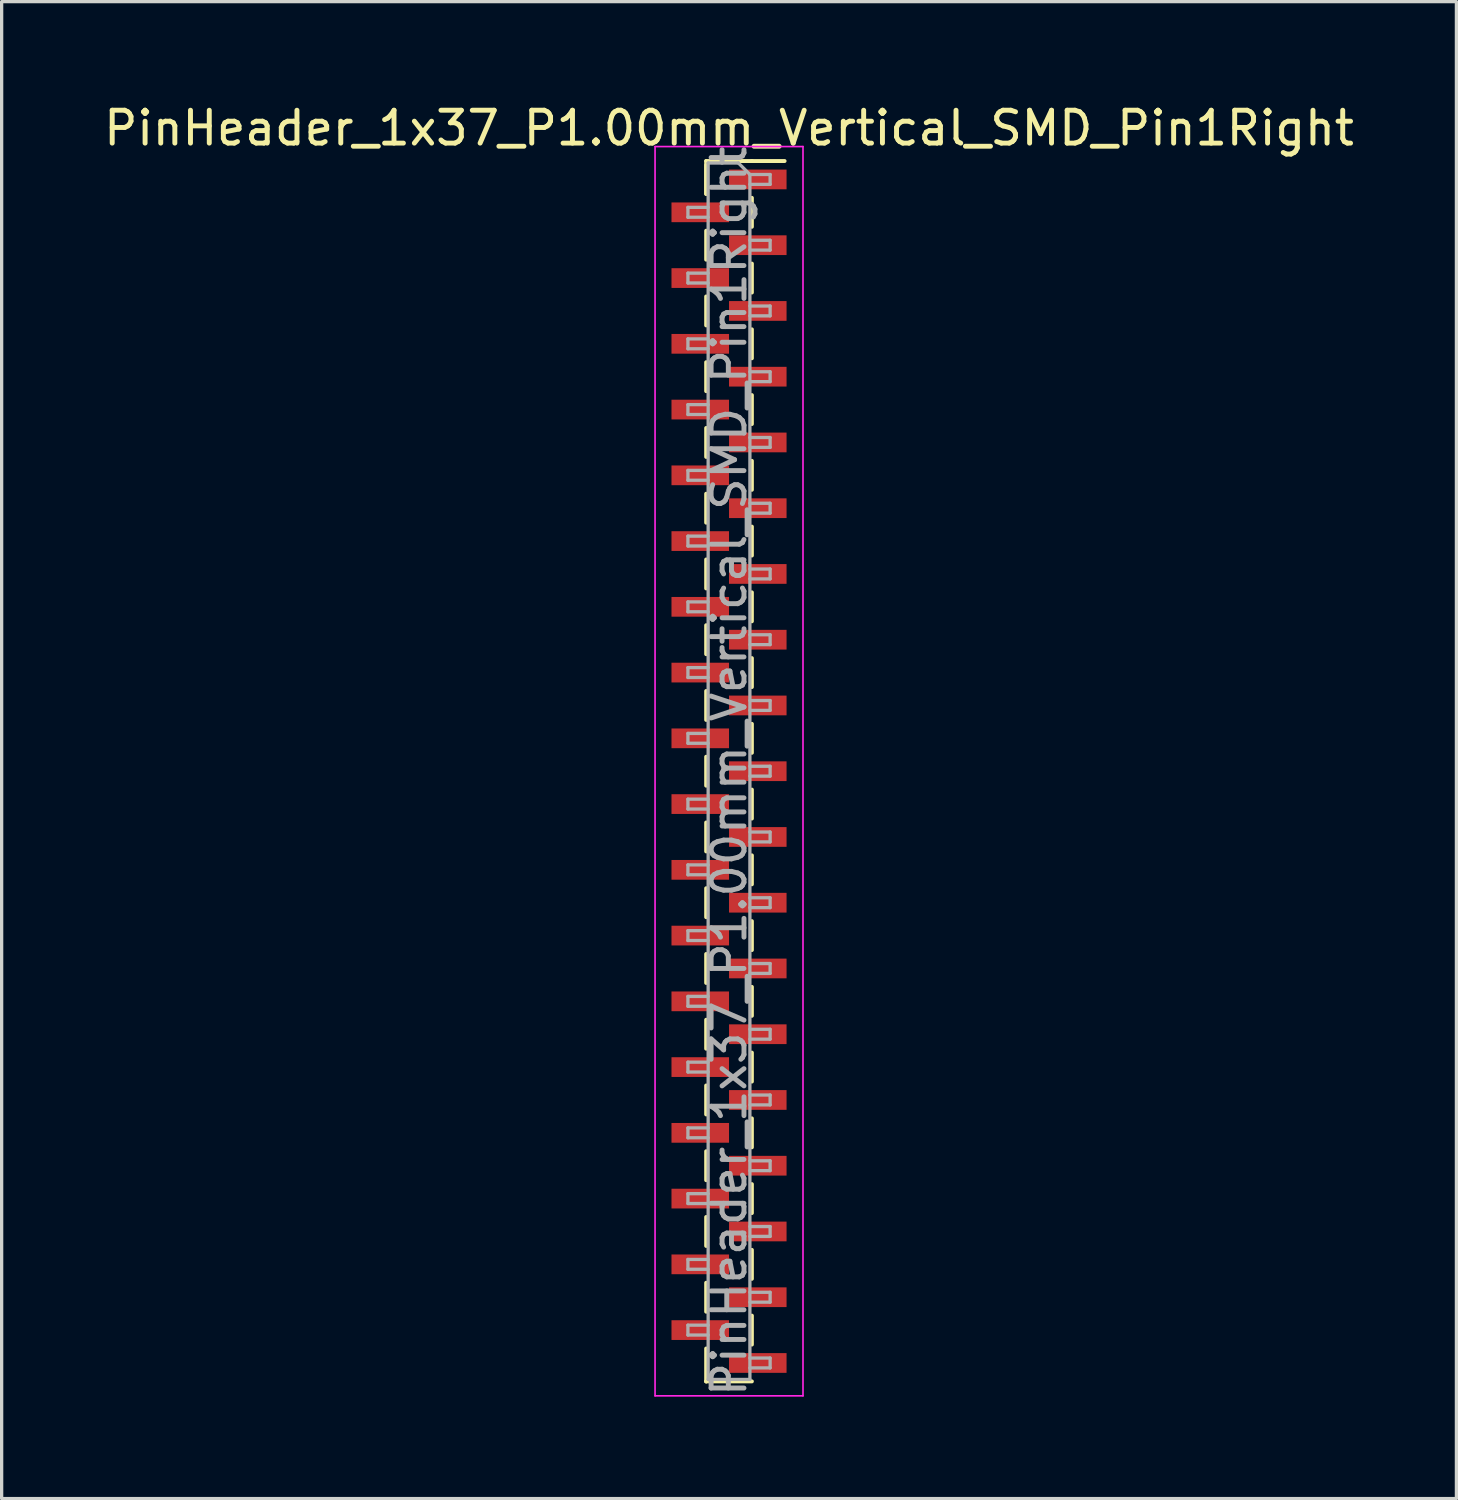
<source format=kicad_pcb>
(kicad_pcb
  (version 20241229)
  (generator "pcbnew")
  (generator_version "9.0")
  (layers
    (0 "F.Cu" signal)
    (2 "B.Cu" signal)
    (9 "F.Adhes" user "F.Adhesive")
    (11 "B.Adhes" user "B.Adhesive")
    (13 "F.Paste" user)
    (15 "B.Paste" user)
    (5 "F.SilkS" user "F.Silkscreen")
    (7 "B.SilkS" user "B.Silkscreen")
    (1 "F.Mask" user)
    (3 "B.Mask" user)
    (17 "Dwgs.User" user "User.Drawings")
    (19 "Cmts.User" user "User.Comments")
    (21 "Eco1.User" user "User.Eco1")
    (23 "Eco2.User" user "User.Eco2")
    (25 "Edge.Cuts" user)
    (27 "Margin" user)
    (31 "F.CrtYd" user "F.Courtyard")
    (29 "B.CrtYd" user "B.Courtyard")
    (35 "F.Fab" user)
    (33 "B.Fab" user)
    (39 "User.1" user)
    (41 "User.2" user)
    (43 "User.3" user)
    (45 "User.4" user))
  (footprint "PinHeader_1x37_P1.00mm_Vertical_SMD_Pin1Right"
    (layer "F.Cu")
    (at 19.125 20.408)
    (property "Reference" "PinHeader_1x37_P1.00mm_Vertical_SMD_Pin1Right" (at 0 -19.56 0) (layer "F.SilkS") (effects (font (size 1 1) (thickness 0.15))))
    (attr smd)
    (fp_line (start -0.695 -18.56) (end -0.695 -17.56) (stroke (width 0.12) (type solid)) (layer "F.SilkS"))
    (fp_line (start -0.695 -18.56) (end 0.695 -18.56) (stroke (width 0.12) (type solid)) (layer "F.SilkS"))
    (fp_line (start -0.695 -18.44) (end -0.695 -17.56) (stroke (width 0.12) (type solid)) (layer "F.SilkS"))
    (fp_line (start -0.695 -16.44) (end -0.695 -15.56) (stroke (width 0.12) (type solid)) (layer "F.SilkS"))
    (fp_line (start -0.695 -14.44) (end -0.695 -13.56) (stroke (width 0.12) (type solid)) (layer "F.SilkS"))
    (fp_line (start -0.695 -12.44) (end -0.695 -11.56) (stroke (width 0.12) (type solid)) (layer "F.SilkS"))
    (fp_line (start -0.695 -10.44) (end -0.695 -9.56) (stroke (width 0.12) (type solid)) (layer "F.SilkS"))
    (fp_line (start -0.695 -8.44) (end -0.695 -7.56) (stroke (width 0.12) (type solid)) (layer "F.SilkS"))
    (fp_line (start -0.695 -6.44) (end -0.695 -5.56) (stroke (width 0.12) (type solid)) (layer "F.SilkS"))
    (fp_line (start -0.695 -4.44) (end -0.695 -3.56) (stroke (width 0.12) (type solid)) (layer "F.SilkS"))
    (fp_line (start -0.695 -2.44) (end -0.695 -1.56) (stroke (width 0.12) (type solid)) (layer "F.SilkS"))
    (fp_line (start -0.695 -0.44) (end -0.695 0.44) (stroke (width 0.12) (type solid)) (layer "F.SilkS"))
    (fp_line (start -0.695 1.56) (end -0.695 2.44) (stroke (width 0.12) (type solid)) (layer "F.SilkS"))
    (fp_line (start -0.695 3.56) (end -0.695 4.44) (stroke (width 0.12) (type solid)) (layer "F.SilkS"))
    (fp_line (start -0.695 5.56) (end -0.695 6.44) (stroke (width 0.12) (type solid)) (layer "F.SilkS"))
    (fp_line (start -0.695 7.56) (end -0.695 8.44) (stroke (width 0.12) (type solid)) (layer "F.SilkS"))
    (fp_line (start -0.695 9.56) (end -0.695 10.44) (stroke (width 0.12) (type solid)) (layer "F.SilkS"))
    (fp_line (start -0.695 11.56) (end -0.695 12.44) (stroke (width 0.12) (type solid)) (layer "F.SilkS"))
    (fp_line (start -0.695 13.56) (end -0.695 14.44) (stroke (width 0.12) (type solid)) (layer "F.SilkS"))
    (fp_line (start -0.695 15.56) (end -0.695 16.44) (stroke (width 0.12) (type solid)) (layer "F.SilkS"))
    (fp_line (start -0.695 17.56) (end -0.695 18.56) (stroke (width 0.12) (type solid)) (layer "F.SilkS"))
    (fp_line (start -0.695 18.56) (end -0.695 18.56) (stroke (width 0.12) (type solid)) (layer "F.SilkS"))
    (fp_line (start -0.695 18.56) (end 0.695 18.56) (stroke (width 0.12) (type solid)) (layer "F.SilkS"))
    (fp_line (start 0.695 -18.56) (end 0.695 -18.56) (stroke (width 0.12) (type solid)) (layer "F.SilkS"))
    (fp_line (start 0.695 -18.56) (end 1.69 -18.56) (stroke (width 0.12) (type solid)) (layer "F.SilkS"))
    (fp_line (start 0.695 -17.44) (end 0.695 -16.56) (stroke (width 0.12) (type solid)) (layer "F.SilkS"))
    (fp_line (start 0.695 -15.44) (end 0.695 -14.56) (stroke (width 0.12) (type solid)) (layer "F.SilkS"))
    (fp_line (start 0.695 -13.44) (end 0.695 -12.56) (stroke (width 0.12) (type solid)) (layer "F.SilkS"))
    (fp_line (start 0.695 -11.44) (end 0.695 -10.56) (stroke (width 0.12) (type solid)) (layer "F.SilkS"))
    (fp_line (start 0.695 -9.44) (end 0.695 -8.56) (stroke (width 0.12) (type solid)) (layer "F.SilkS"))
    (fp_line (start 0.695 -7.44) (end 0.695 -6.56) (stroke (width 0.12) (type solid)) (layer "F.SilkS"))
    (fp_line (start 0.695 -5.44) (end 0.695 -4.56) (stroke (width 0.12) (type solid)) (layer "F.SilkS"))
    (fp_line (start 0.695 -3.44) (end 0.695 -2.56) (stroke (width 0.12) (type solid)) (layer "F.SilkS"))
    (fp_line (start 0.695 -1.44) (end 0.695 -0.56) (stroke (width 0.12) (type solid)) (layer "F.SilkS"))
    (fp_line (start 0.695 0.56) (end 0.695 1.44) (stroke (width 0.12) (type solid)) (layer "F.SilkS"))
    (fp_line (start 0.695 2.56) (end 0.695 3.44) (stroke (width 0.12) (type solid)) (layer "F.SilkS"))
    (fp_line (start 0.695 4.56) (end 0.695 5.44) (stroke (width 0.12) (type solid)) (layer "F.SilkS"))
    (fp_line (start 0.695 6.56) (end 0.695 7.44) (stroke (width 0.12) (type solid)) (layer "F.SilkS"))
    (fp_line (start 0.695 8.56) (end 0.695 9.44) (stroke (width 0.12) (type solid)) (layer "F.SilkS"))
    (fp_line (start 0.695 10.56) (end 0.695 11.44) (stroke (width 0.12) (type solid)) (layer "F.SilkS"))
    (fp_line (start 0.695 12.56) (end 0.695 13.44) (stroke (width 0.12) (type solid)) (layer "F.SilkS"))
    (fp_line (start 0.695 14.56) (end 0.695 15.44) (stroke (width 0.12) (type solid)) (layer "F.SilkS"))
    (fp_line (start 0.695 16.56) (end 0.695 17.44) (stroke (width 0.12) (type solid)) (layer "F.SilkS"))
    (fp_line (start -2.25 -19) (end -2.25 19) (stroke (width 0.05) (type solid)) (layer "F.CrtYd"))
    (fp_line (start -2.25 19) (end 2.25 19) (stroke (width 0.05) (type solid)) (layer "F.CrtYd"))
    (fp_line (start 2.25 -19) (end -2.25 -19) (stroke (width 0.05) (type solid)) (layer "F.CrtYd"))
    (fp_line (start 2.25 19) (end 2.25 -19) (stroke (width 0.05) (type solid)) (layer "F.CrtYd"))
    (fp_line (start -1.25 -17.15) (end -1.25 -16.85) (stroke (width 0.1) (type solid)) (layer "F.Fab"))
    (fp_line (start -1.25 -16.85) (end -0.635 -16.85) (stroke (width 0.1) (type solid)) (layer "F.Fab"))
    (fp_line (start -1.25 -15.15) (end -1.25 -14.85) (stroke (width 0.1) (type solid)) (layer "F.Fab"))
    (fp_line (start -1.25 -14.85) (end -0.635 -14.85) (stroke (width 0.1) (type solid)) (layer "F.Fab"))
    (fp_line (start -1.25 -13.15) (end -1.25 -12.85) (stroke (width 0.1) (type solid)) (layer "F.Fab"))
    (fp_line (start -1.25 -12.85) (end -0.635 -12.85) (stroke (width 0.1) (type solid)) (layer "F.Fab"))
    (fp_line (start -1.25 -11.15) (end -1.25 -10.85) (stroke (width 0.1) (type solid)) (layer "F.Fab"))
    (fp_line (start -1.25 -10.85) (end -0.635 -10.85) (stroke (width 0.1) (type solid)) (layer "F.Fab"))
    (fp_line (start -1.25 -9.15) (end -1.25 -8.85) (stroke (width 0.1) (type solid)) (layer "F.Fab"))
    (fp_line (start -1.25 -8.85) (end -0.635 -8.85) (stroke (width 0.1) (type solid)) (layer "F.Fab"))
    (fp_line (start -1.25 -7.15) (end -1.25 -6.85) (stroke (width 0.1) (type solid)) (layer "F.Fab"))
    (fp_line (start -1.25 -6.85) (end -0.635 -6.85) (stroke (width 0.1) (type solid)) (layer "F.Fab"))
    (fp_line (start -1.25 -5.15) (end -1.25 -4.85) (stroke (width 0.1) (type solid)) (layer "F.Fab"))
    (fp_line (start -1.25 -4.85) (end -0.635 -4.85) (stroke (width 0.1) (type solid)) (layer "F.Fab"))
    (fp_line (start -1.25 -3.15) (end -1.25 -2.85) (stroke (width 0.1) (type solid)) (layer "F.Fab"))
    (fp_line (start -1.25 -2.85) (end -0.635 -2.85) (stroke (width 0.1) (type solid)) (layer "F.Fab"))
    (fp_line (start -1.25 -1.15) (end -1.25 -0.85) (stroke (width 0.1) (type solid)) (layer "F.Fab"))
    (fp_line (start -1.25 -0.85) (end -0.635 -0.85) (stroke (width 0.1) (type solid)) (layer "F.Fab"))
    (fp_line (start -1.25 0.85) (end -1.25 1.15) (stroke (width 0.1) (type solid)) (layer "F.Fab"))
    (fp_line (start -1.25 1.15) (end -0.635 1.15) (stroke (width 0.1) (type solid)) (layer "F.Fab"))
    (fp_line (start -1.25 2.85) (end -1.25 3.15) (stroke (width 0.1) (type solid)) (layer "F.Fab"))
    (fp_line (start -1.25 3.15) (end -0.635 3.15) (stroke (width 0.1) (type solid)) (layer "F.Fab"))
    (fp_line (start -1.25 4.85) (end -1.25 5.15) (stroke (width 0.1) (type solid)) (layer "F.Fab"))
    (fp_line (start -1.25 5.15) (end -0.635 5.15) (stroke (width 0.1) (type solid)) (layer "F.Fab"))
    (fp_line (start -1.25 6.85) (end -1.25 7.15) (stroke (width 0.1) (type solid)) (layer "F.Fab"))
    (fp_line (start -1.25 7.15) (end -0.635 7.15) (stroke (width 0.1) (type solid)) (layer "F.Fab"))
    (fp_line (start -1.25 8.85) (end -1.25 9.15) (stroke (width 0.1) (type solid)) (layer "F.Fab"))
    (fp_line (start -1.25 9.15) (end -0.635 9.15) (stroke (width 0.1) (type solid)) (layer "F.Fab"))
    (fp_line (start -1.25 10.85) (end -1.25 11.15) (stroke (width 0.1) (type solid)) (layer "F.Fab"))
    (fp_line (start -1.25 11.15) (end -0.635 11.15) (stroke (width 0.1) (type solid)) (layer "F.Fab"))
    (fp_line (start -1.25 12.85) (end -1.25 13.15) (stroke (width 0.1) (type solid)) (layer "F.Fab"))
    (fp_line (start -1.25 13.15) (end -0.635 13.15) (stroke (width 0.1) (type solid)) (layer "F.Fab"))
    (fp_line (start -1.25 14.85) (end -1.25 15.15) (stroke (width 0.1) (type solid)) (layer "F.Fab"))
    (fp_line (start -1.25 15.15) (end -0.635 15.15) (stroke (width 0.1) (type solid)) (layer "F.Fab"))
    (fp_line (start -1.25 16.85) (end -1.25 17.15) (stroke (width 0.1) (type solid)) (layer "F.Fab"))
    (fp_line (start -1.25 17.15) (end -0.635 17.15) (stroke (width 0.1) (type solid)) (layer "F.Fab"))
    (fp_line (start -0.635 -18.5) (end -0.635 18.5) (stroke (width 0.1) (type solid)) (layer "F.Fab"))
    (fp_line (start -0.635 -18.5) (end 0.285 -18.5) (stroke (width 0.1) (type solid)) (layer "F.Fab"))
    (fp_line (start -0.635 -17.15) (end -1.25 -17.15) (stroke (width 0.1) (type solid)) (layer "F.Fab"))
    (fp_line (start -0.635 -15.15) (end -1.25 -15.15) (stroke (width 0.1) (type solid)) (layer "F.Fab"))
    (fp_line (start -0.635 -13.15) (end -1.25 -13.15) (stroke (width 0.1) (type solid)) (layer "F.Fab"))
    (fp_line (start -0.635 -11.15) (end -1.25 -11.15) (stroke (width 0.1) (type solid)) (layer "F.Fab"))
    (fp_line (start -0.635 -9.15) (end -1.25 -9.15) (stroke (width 0.1) (type solid)) (layer "F.Fab"))
    (fp_line (start -0.635 -7.15) (end -1.25 -7.15) (stroke (width 0.1) (type solid)) (layer "F.Fab"))
    (fp_line (start -0.635 -5.15) (end -1.25 -5.15) (stroke (width 0.1) (type solid)) (layer "F.Fab"))
    (fp_line (start -0.635 -3.15) (end -1.25 -3.15) (stroke (width 0.1) (type solid)) (layer "F.Fab"))
    (fp_line (start -0.635 -1.15) (end -1.25 -1.15) (stroke (width 0.1) (type solid)) (layer "F.Fab"))
    (fp_line (start -0.635 0.85) (end -1.25 0.85) (stroke (width 0.1) (type solid)) (layer "F.Fab"))
    (fp_line (start -0.635 2.85) (end -1.25 2.85) (stroke (width 0.1) (type solid)) (layer "F.Fab"))
    (fp_line (start -0.635 4.85) (end -1.25 4.85) (stroke (width 0.1) (type solid)) (layer "F.Fab"))
    (fp_line (start -0.635 6.85) (end -1.25 6.85) (stroke (width 0.1) (type solid)) (layer "F.Fab"))
    (fp_line (start -0.635 8.85) (end -1.25 8.85) (stroke (width 0.1) (type solid)) (layer "F.Fab"))
    (fp_line (start -0.635 10.85) (end -1.25 10.85) (stroke (width 0.1) (type solid)) (layer "F.Fab"))
    (fp_line (start -0.635 12.85) (end -1.25 12.85) (stroke (width 0.1) (type solid)) (layer "F.Fab"))
    (fp_line (start -0.635 14.85) (end -1.25 14.85) (stroke (width 0.1) (type solid)) (layer "F.Fab"))
    (fp_line (start -0.635 16.85) (end -1.25 16.85) (stroke (width 0.1) (type solid)) (layer "F.Fab"))
    (fp_line (start 0.635 -18.15) (end 0.285 -18.5) (stroke (width 0.1) (type solid)) (layer "F.Fab"))
    (fp_line (start 0.635 -18.15) (end 1.25 -18.15) (stroke (width 0.1) (type solid)) (layer "F.Fab"))
    (fp_line (start 0.635 -16.15) (end 1.25 -16.15) (stroke (width 0.1) (type solid)) (layer "F.Fab"))
    (fp_line (start 0.635 -14.15) (end 1.25 -14.15) (stroke (width 0.1) (type solid)) (layer "F.Fab"))
    (fp_line (start 0.635 -12.15) (end 1.25 -12.15) (stroke (width 0.1) (type solid)) (layer "F.Fab"))
    (fp_line (start 0.635 -10.15) (end 1.25 -10.15) (stroke (width 0.1) (type solid)) (layer "F.Fab"))
    (fp_line (start 0.635 -8.15) (end 1.25 -8.15) (stroke (width 0.1) (type solid)) (layer "F.Fab"))
    (fp_line (start 0.635 -6.15) (end 1.25 -6.15) (stroke (width 0.1) (type solid)) (layer "F.Fab"))
    (fp_line (start 0.635 -4.15) (end 1.25 -4.15) (stroke (width 0.1) (type solid)) (layer "F.Fab"))
    (fp_line (start 0.635 -2.15) (end 1.25 -2.15) (stroke (width 0.1) (type solid)) (layer "F.Fab"))
    (fp_line (start 0.635 -0.15) (end 1.25 -0.15) (stroke (width 0.1) (type solid)) (layer "F.Fab"))
    (fp_line (start 0.635 1.85) (end 1.25 1.85) (stroke (width 0.1) (type solid)) (layer "F.Fab"))
    (fp_line (start 0.635 3.85) (end 1.25 3.85) (stroke (width 0.1) (type solid)) (layer "F.Fab"))
    (fp_line (start 0.635 5.85) (end 1.25 5.85) (stroke (width 0.1) (type solid)) (layer "F.Fab"))
    (fp_line (start 0.635 7.85) (end 1.25 7.85) (stroke (width 0.1) (type solid)) (layer "F.Fab"))
    (fp_line (start 0.635 9.85) (end 1.25 9.85) (stroke (width 0.1) (type solid)) (layer "F.Fab"))
    (fp_line (start 0.635 11.85) (end 1.25 11.85) (stroke (width 0.1) (type solid)) (layer "F.Fab"))
    (fp_line (start 0.635 13.85) (end 1.25 13.85) (stroke (width 0.1) (type solid)) (layer "F.Fab"))
    (fp_line (start 0.635 15.85) (end 1.25 15.85) (stroke (width 0.1) (type solid)) (layer "F.Fab"))
    (fp_line (start 0.635 17.85) (end 1.25 17.85) (stroke (width 0.1) (type solid)) (layer "F.Fab"))
    (fp_line (start 0.635 18.5) (end -0.635 18.5) (stroke (width 0.1) (type solid)) (layer "F.Fab"))
    (fp_line (start 0.635 18.5) (end 0.635 -18.15) (stroke (width 0.1) (type solid)) (layer "F.Fab"))
    (fp_line (start 1.25 -18.15) (end 1.25 -17.85) (stroke (width 0.1) (type solid)) (layer "F.Fab"))
    (fp_line (start 1.25 -17.85) (end 0.635 -17.85) (stroke (width 0.1) (type solid)) (layer "F.Fab"))
    (fp_line (start 1.25 -16.15) (end 1.25 -15.85) (stroke (width 0.1) (type solid)) (layer "F.Fab"))
    (fp_line (start 1.25 -15.85) (end 0.635 -15.85) (stroke (width 0.1) (type solid)) (layer "F.Fab"))
    (fp_line (start 1.25 -14.15) (end 1.25 -13.85) (stroke (width 0.1) (type solid)) (layer "F.Fab"))
    (fp_line (start 1.25 -13.85) (end 0.635 -13.85) (stroke (width 0.1) (type solid)) (layer "F.Fab"))
    (fp_line (start 1.25 -12.15) (end 1.25 -11.85) (stroke (width 0.1) (type solid)) (layer "F.Fab"))
    (fp_line (start 1.25 -11.85) (end 0.635 -11.85) (stroke (width 0.1) (type solid)) (layer "F.Fab"))
    (fp_line (start 1.25 -10.15) (end 1.25 -9.85) (stroke (width 0.1) (type solid)) (layer "F.Fab"))
    (fp_line (start 1.25 -9.85) (end 0.635 -9.85) (stroke (width 0.1) (type solid)) (layer "F.Fab"))
    (fp_line (start 1.25 -8.15) (end 1.25 -7.85) (stroke (width 0.1) (type solid)) (layer "F.Fab"))
    (fp_line (start 1.25 -7.85) (end 0.635 -7.85) (stroke (width 0.1) (type solid)) (layer "F.Fab"))
    (fp_line (start 1.25 -6.15) (end 1.25 -5.85) (stroke (width 0.1) (type solid)) (layer "F.Fab"))
    (fp_line (start 1.25 -5.85) (end 0.635 -5.85) (stroke (width 0.1) (type solid)) (layer "F.Fab"))
    (fp_line (start 1.25 -4.15) (end 1.25 -3.85) (stroke (width 0.1) (type solid)) (layer "F.Fab"))
    (fp_line (start 1.25 -3.85) (end 0.635 -3.85) (stroke (width 0.1) (type solid)) (layer "F.Fab"))
    (fp_line (start 1.25 -2.15) (end 1.25 -1.85) (stroke (width 0.1) (type solid)) (layer "F.Fab"))
    (fp_line (start 1.25 -1.85) (end 0.635 -1.85) (stroke (width 0.1) (type solid)) (layer "F.Fab"))
    (fp_line (start 1.25 -0.15) (end 1.25 0.15) (stroke (width 0.1) (type solid)) (layer "F.Fab"))
    (fp_line (start 1.25 0.15) (end 0.635 0.15) (stroke (width 0.1) (type solid)) (layer "F.Fab"))
    (fp_line (start 1.25 1.85) (end 1.25 2.15) (stroke (width 0.1) (type solid)) (layer "F.Fab"))
    (fp_line (start 1.25 2.15) (end 0.635 2.15) (stroke (width 0.1) (type solid)) (layer "F.Fab"))
    (fp_line (start 1.25 3.85) (end 1.25 4.15) (stroke (width 0.1) (type solid)) (layer "F.Fab"))
    (fp_line (start 1.25 4.15) (end 0.635 4.15) (stroke (width 0.1) (type solid)) (layer "F.Fab"))
    (fp_line (start 1.25 5.85) (end 1.25 6.15) (stroke (width 0.1) (type solid)) (layer "F.Fab"))
    (fp_line (start 1.25 6.15) (end 0.635 6.15) (stroke (width 0.1) (type solid)) (layer "F.Fab"))
    (fp_line (start 1.25 7.85) (end 1.25 8.15) (stroke (width 0.1) (type solid)) (layer "F.Fab"))
    (fp_line (start 1.25 8.15) (end 0.635 8.15) (stroke (width 0.1) (type solid)) (layer "F.Fab"))
    (fp_line (start 1.25 9.85) (end 1.25 10.15) (stroke (width 0.1) (type solid)) (layer "F.Fab"))
    (fp_line (start 1.25 10.15) (end 0.635 10.15) (stroke (width 0.1) (type solid)) (layer "F.Fab"))
    (fp_line (start 1.25 11.85) (end 1.25 12.15) (stroke (width 0.1) (type solid)) (layer "F.Fab"))
    (fp_line (start 1.25 12.15) (end 0.635 12.15) (stroke (width 0.1) (type solid)) (layer "F.Fab"))
    (fp_line (start 1.25 13.85) (end 1.25 14.15) (stroke (width 0.1) (type solid)) (layer "F.Fab"))
    (fp_line (start 1.25 14.15) (end 0.635 14.15) (stroke (width 0.1) (type solid)) (layer "F.Fab"))
    (fp_line (start 1.25 15.85) (end 1.25 16.15) (stroke (width 0.1) (type solid)) (layer "F.Fab"))
    (fp_line (start 1.25 16.15) (end 0.635 16.15) (stroke (width 0.1) (type solid)) (layer "F.Fab"))
    (fp_line (start 1.25 17.85) (end 1.25 18.15) (stroke (width 0.1) (type solid)) (layer "F.Fab"))
    (fp_line (start 1.25 18.15) (end 0.635 18.15) (stroke (width 0.1) (type solid)) (layer "F.Fab"))
    (fp_text user "${REFERENCE}" (at 0 0 90) (layer "F.Fab") (effects (font (size 1 1) (thickness 0.15))))
    (pad "1" smd rect (at 0.875 -18) (size 1.75 0.6) (layers "F.Cu" "F.Mask" "F.Paste"))
    (pad "2" smd rect (at -0.875 -17) (size 1.75 0.6) (layers "F.Cu" "F.Mask" "F.Paste"))
    (pad "3" smd rect (at 0.875 -16) (size 1.75 0.6) (layers "F.Cu" "F.Mask" "F.Paste"))
    (pad "4" smd rect (at -0.875 -15) (size 1.75 0.6) (layers "F.Cu" "F.Mask" "F.Paste"))
    (pad "5" smd rect (at 0.875 -14) (size 1.75 0.6) (layers "F.Cu" "F.Mask" "F.Paste"))
    (pad "6" smd rect (at -0.875 -13) (size 1.75 0.6) (layers "F.Cu" "F.Mask" "F.Paste"))
    (pad "7" smd rect (at 0.875 -12) (size 1.75 0.6) (layers "F.Cu" "F.Mask" "F.Paste"))
    (pad "8" smd rect (at -0.875 -11) (size 1.75 0.6) (layers "F.Cu" "F.Mask" "F.Paste"))
    (pad "9" smd rect (at 0.875 -10) (size 1.75 0.6) (layers "F.Cu" "F.Mask" "F.Paste"))
    (pad "10" smd rect (at -0.875 -9) (size 1.75 0.6) (layers "F.Cu" "F.Mask" "F.Paste"))
    (pad "11" smd rect (at 0.875 -8) (size 1.75 0.6) (layers "F.Cu" "F.Mask" "F.Paste"))
    (pad "12" smd rect (at -0.875 -7) (size 1.75 0.6) (layers "F.Cu" "F.Mask" "F.Paste"))
    (pad "13" smd rect (at 0.875 -6) (size 1.75 0.6) (layers "F.Cu" "F.Mask" "F.Paste"))
    (pad "14" smd rect (at -0.875 -5) (size 1.75 0.6) (layers "F.Cu" "F.Mask" "F.Paste"))
    (pad "15" smd rect (at 0.875 -4) (size 1.75 0.6) (layers "F.Cu" "F.Mask" "F.Paste"))
    (pad "16" smd rect (at -0.875 -3) (size 1.75 0.6) (layers "F.Cu" "F.Mask" "F.Paste"))
    (pad "17" smd rect (at 0.875 -2) (size 1.75 0.6) (layers "F.Cu" "F.Mask" "F.Paste"))
    (pad "18" smd rect (at -0.875 -1) (size 1.75 0.6) (layers "F.Cu" "F.Mask" "F.Paste"))
    (pad "19" smd rect (at 0.875 0) (size 1.75 0.6) (layers "F.Cu" "F.Mask" "F.Paste"))
    (pad "20" smd rect (at -0.875 1) (size 1.75 0.6) (layers "F.Cu" "F.Mask" "F.Paste"))
    (pad "21" smd rect (at 0.875 2) (size 1.75 0.6) (layers "F.Cu" "F.Mask" "F.Paste"))
    (pad "22" smd rect (at -0.875 3) (size 1.75 0.6) (layers "F.Cu" "F.Mask" "F.Paste"))
    (pad "23" smd rect (at 0.875 4) (size 1.75 0.6) (layers "F.Cu" "F.Mask" "F.Paste"))
    (pad "24" smd rect (at -0.875 5) (size 1.75 0.6) (layers "F.Cu" "F.Mask" "F.Paste"))
    (pad "25" smd rect (at 0.875 6) (size 1.75 0.6) (layers "F.Cu" "F.Mask" "F.Paste"))
    (pad "26" smd rect (at -0.875 7) (size 1.75 0.6) (layers "F.Cu" "F.Mask" "F.Paste"))
    (pad "27" smd rect (at 0.875 8) (size 1.75 0.6) (layers "F.Cu" "F.Mask" "F.Paste"))
    (pad "28" smd rect (at -0.875 9) (size 1.75 0.6) (layers "F.Cu" "F.Mask" "F.Paste"))
    (pad "29" smd rect (at 0.875 10) (size 1.75 0.6) (layers "F.Cu" "F.Mask" "F.Paste"))
    (pad "30" smd rect (at -0.875 11) (size 1.75 0.6) (layers "F.Cu" "F.Mask" "F.Paste"))
    (pad "31" smd rect (at 0.875 12) (size 1.75 0.6) (layers "F.Cu" "F.Mask" "F.Paste"))
    (pad "32" smd rect (at -0.875 13) (size 1.75 0.6) (layers "F.Cu" "F.Mask" "F.Paste"))
    (pad "33" smd rect (at 0.875 14) (size 1.75 0.6) (layers "F.Cu" "F.Mask" "F.Paste"))
    (pad "34" smd rect (at -0.875 15) (size 1.75 0.6) (layers "F.Cu" "F.Mask" "F.Paste"))
    (pad "35" smd rect (at 0.875 16) (size 1.75 0.6) (layers "F.Cu" "F.Mask" "F.Paste"))
    (pad "36" smd rect (at -0.875 17) (size 1.75 0.6) (layers "F.Cu" "F.Mask" "F.Paste"))
    (pad "37" smd rect (at 0.875 18) (size 1.75 0.6) (layers "F.Cu" "F.Mask" "F.Paste")))
  (gr_rect
    (start -3 -3)
    (end 41.25 42.533)
    (stroke (width 0.1) (type default))
    (fill no)
    (layer "Edge.Cuts")))
</source>
